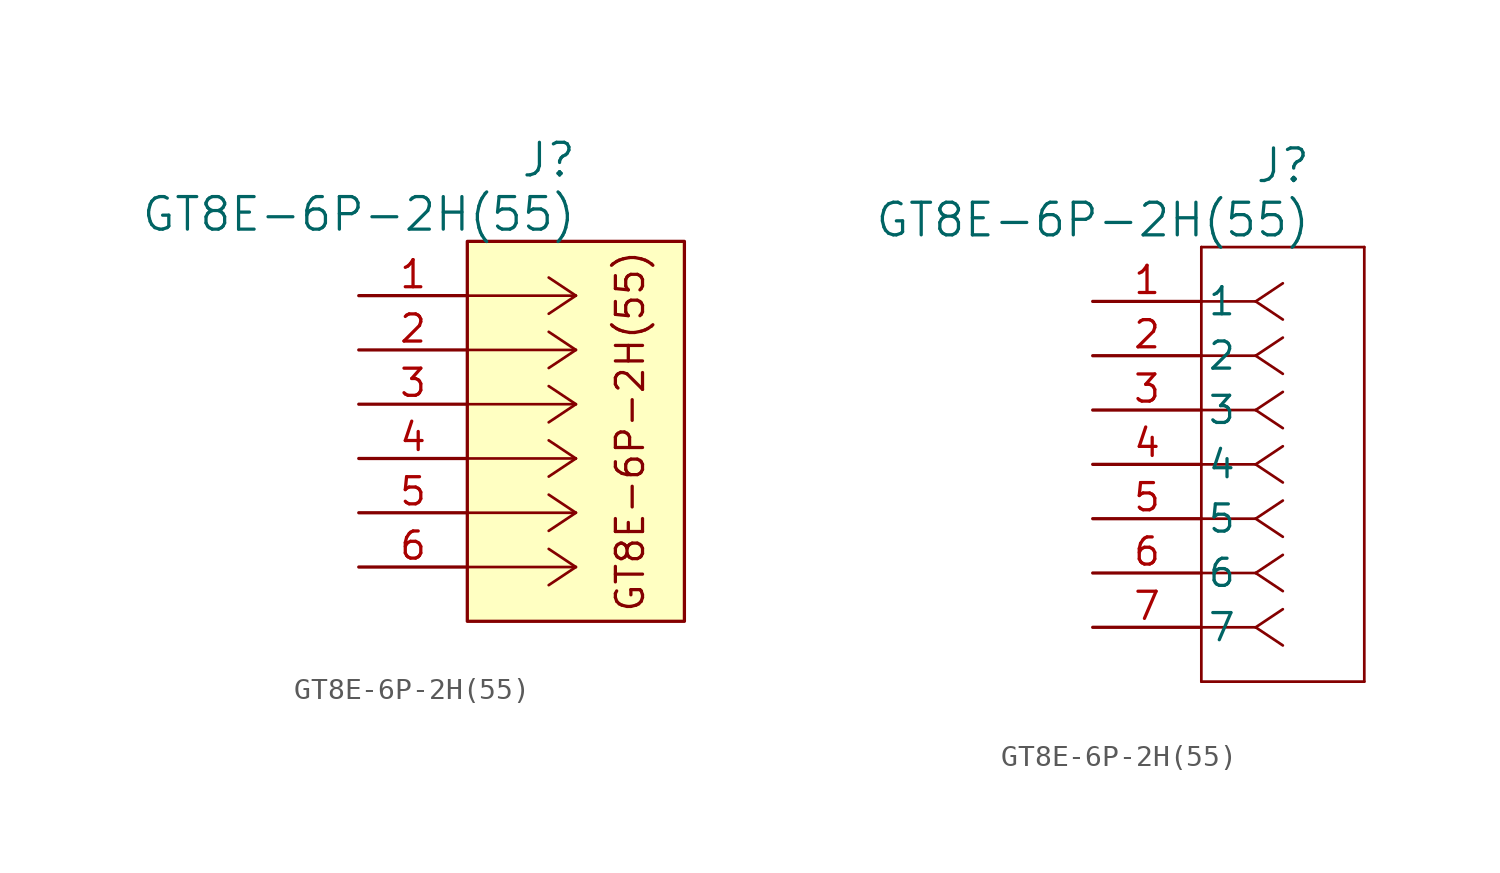
<source format=kicad_sym>
(kicad_symbol_lib
  (version 20220914)
  (generator kicad_symbol_editor)
  (symbol "GT8E-6P-2H(55)"
    (pin_names
      (offset 0.254))
    (property "Reference" "J"
      (at 8.89 6.35 0)
      (effects (font (size 1.524 1.524))))
    (property "Value" "GT8E-6P-2H(55)"
      (at 0 3.81 0)
      (effects (font (size 1.524 1.524))))
    (symbol "GT8E-6P-2H(55)_1_1"
      (polyline (pts (xy 10.16 -12.7) (xy 5.08 -12.7)) (stroke (width 0.127) (type default)) (fill (type none)))
      (polyline (pts (xy 10.16 -12.7) (xy 8.89 -13.547)) (stroke (width 0.127) (type default)) (fill (type none)))
      (polyline (pts (xy 10.16 -12.7) (xy 8.89 -11.853)) (stroke (width 0.127) (type default)) (fill (type none)))
      (polyline (pts (xy 10.16 -10.16) (xy 5.08 -10.16)) (stroke (width 0.127) (type default)) (fill (type none)))
      (polyline (pts (xy 10.16 -10.16) (xy 8.89 -11.007)) (stroke (width 0.127) (type default)) (fill (type none)))
      (polyline (pts (xy 10.16 -10.16) (xy 8.89 -9.313)) (stroke (width 0.127) (type default)) (fill (type none)))
      (polyline (pts (xy 10.16 -7.62) (xy 5.08 -7.62)) (stroke (width 0.127) (type default)) (fill (type none)))
      (polyline (pts (xy 10.16 -7.62) (xy 8.89 -8.467)) (stroke (width 0.127) (type default)) (fill (type none)))
      (polyline (pts (xy 10.16 -7.62) (xy 8.89 -6.773)) (stroke (width 0.127) (type default)) (fill (type none)))
      (polyline (pts (xy 10.16 -5.08) (xy 5.08 -5.08)) (stroke (width 0.127) (type default)) (fill (type none)))
      (polyline (pts (xy 10.16 -5.08) (xy 8.89 -5.927)) (stroke (width 0.127) (type default)) (fill (type none)))
      (polyline (pts (xy 10.16 -5.08) (xy 8.89 -4.233)) (stroke (width 0.127) (type default)) (fill (type none)))
      (polyline (pts (xy 10.16 -2.54) (xy 5.08 -2.54)) (stroke (width 0.127) (type default)) (fill (type none)))
      (polyline (pts (xy 10.16 -2.54) (xy 8.89 -3.387)) (stroke (width 0.127) (type default)) (fill (type none)))
      (polyline (pts (xy 10.16 -2.54) (xy 8.89 -1.693)) (stroke (width 0.127) (type default)) (fill (type none)))
      (polyline (pts (xy 10.16 0) (xy 5.08 0)) (stroke (width 0.127) (type default)) (fill (type none)))
      (polyline (pts (xy 10.16 0) (xy 8.89 -0.847)) (stroke (width 0.127) (type default)) (fill (type none)))
      (polyline (pts (xy 10.16 0) (xy 8.89 0.847)) (stroke (width 0.127) (type default)) (fill (type none)))
      (rectangle (start 5.08 2.54) (end 15.24 -15.24) (stroke (width 0) (type default)) (fill (type background)))
      (text "GT8E-6P-2H(55)" (at 12.7 -6.35 900) (effects (font (size 1.27 1.27))))
      (pin passive line (at 0 0 0) (length 5.08) (name "" (effects (font (size 1.27 1.27)))) (number "1" (effects (font (size 1.27 1.27)))))
      (pin passive line (at 0 -2.54 0) (length 5.08) (name "" (effects (font (size 1.27 1.27)))) (number "2" (effects (font (size 1.27 1.27)))))
      (pin passive line (at 0 -5.08 0) (length 5.08) (name "" (effects (font (size 1.27 1.27)))) (number "3" (effects (font (size 1.27 1.27)))))
      (pin passive line (at 0 -7.62 0) (length 5.08) (name "" (effects (font (size 1.27 1.27)))) (number "4" (effects (font (size 1.27 1.27)))))
      (pin passive line (at 0 -10.16 0) (length 5.08) (name "" (effects (font (size 1.27 1.27)))) (number "5" (effects (font (size 1.27 1.27)))))
      (pin passive line (at 0 -12.7 0) (length 5.08) (name "" (effects (font (size 1.27 1.27)))) (number "6" (effects (font (size 1.27 1.27))))))
    (symbol "GT8E-6P-2H(55)_1_2"
      (polyline (pts (xy 5.08 -17.78) (xy 12.7 -17.78)) (stroke (width 0.127) (type default)) (fill (type none)))
      (polyline (pts (xy 5.08 2.54) (xy 5.08 -17.78)) (stroke (width 0.127) (type default)) (fill (type none)))
      (polyline (pts (xy 7.62 -15.24) (xy 5.08 -15.24)) (stroke (width 0.127) (type default)) (fill (type none)))
      (polyline (pts (xy 7.62 -15.24) (xy 8.89 -16.087)) (stroke (width 0.127) (type default)) (fill (type none)))
      (polyline (pts (xy 7.62 -15.24) (xy 8.89 -14.393)) (stroke (width 0.127) (type default)) (fill (type none)))
      (polyline (pts (xy 7.62 -12.7) (xy 5.08 -12.7)) (stroke (width 0.127) (type default)) (fill (type none)))
      (polyline (pts (xy 7.62 -12.7) (xy 8.89 -13.547)) (stroke (width 0.127) (type default)) (fill (type none)))
      (polyline (pts (xy 7.62 -12.7) (xy 8.89 -11.853)) (stroke (width 0.127) (type default)) (fill (type none)))
      (polyline (pts (xy 7.62 -10.16) (xy 5.08 -10.16)) (stroke (width 0.127) (type default)) (fill (type none)))
      (polyline (pts (xy 7.62 -10.16) (xy 8.89 -11.007)) (stroke (width 0.127) (type default)) (fill (type none)))
      (polyline (pts (xy 7.62 -10.16) (xy 8.89 -9.313)) (stroke (width 0.127) (type default)) (fill (type none)))
      (polyline (pts (xy 7.62 -7.62) (xy 5.08 -7.62)) (stroke (width 0.127) (type default)) (fill (type none)))
      (polyline (pts (xy 7.62 -7.62) (xy 8.89 -8.467)) (stroke (width 0.127) (type default)) (fill (type none)))
      (polyline (pts (xy 7.62 -7.62) (xy 8.89 -6.773)) (stroke (width 0.127) (type default)) (fill (type none)))
      (polyline (pts (xy 7.62 -5.08) (xy 5.08 -5.08)) (stroke (width 0.127) (type default)) (fill (type none)))
      (polyline (pts (xy 7.62 -5.08) (xy 8.89 -5.927)) (stroke (width 0.127) (type default)) (fill (type none)))
      (polyline (pts (xy 7.62 -5.08) (xy 8.89 -4.233)) (stroke (width 0.127) (type default)) (fill (type none)))
      (polyline (pts (xy 7.62 -2.54) (xy 5.08 -2.54)) (stroke (width 0.127) (type default)) (fill (type none)))
      (polyline (pts (xy 7.62 -2.54) (xy 8.89 -3.387)) (stroke (width 0.127) (type default)) (fill (type none)))
      (polyline (pts (xy 7.62 -2.54) (xy 8.89 -1.693)) (stroke (width 0.127) (type default)) (fill (type none)))
      (polyline (pts (xy 7.62 0) (xy 5.08 0)) (stroke (width 0.127) (type default)) (fill (type none)))
      (polyline (pts (xy 7.62 0) (xy 8.89 -0.847)) (stroke (width 0.127) (type default)) (fill (type none)))
      (polyline (pts (xy 7.62 0) (xy 8.89 0.847)) (stroke (width 0.127) (type default)) (fill (type none)))
      (polyline (pts (xy 12.7 -17.78) (xy 12.7 2.54)) (stroke (width 0.127) (type default)) (fill (type none)))
      (polyline (pts (xy 12.7 2.54) (xy 5.08 2.54)) (stroke (width 0.127) (type default)) (fill (type none)))
      (pin unspecified line (at 0 0 0) (length 5.08) (name "1" (effects (font (size 1.27 1.27)))) (number "1" (effects (font (size 1.27 1.27)))))
      (pin unspecified line (at 0 -2.54 0) (length 5.08) (name "2" (effects (font (size 1.27 1.27)))) (number "2" (effects (font (size 1.27 1.27)))))
      (pin unspecified line (at 0 -5.08 0) (length 5.08) (name "3" (effects (font (size 1.27 1.27)))) (number "3" (effects (font (size 1.27 1.27)))))
      (pin unspecified line (at 0 -7.62 0) (length 5.08) (name "4" (effects (font (size 1.27 1.27)))) (number "4" (effects (font (size 1.27 1.27)))))
      (pin unspecified line (at 0 -10.16 0) (length 5.08) (name "5" (effects (font (size 1.27 1.27)))) (number "5" (effects (font (size 1.27 1.27)))))
      (pin unspecified line (at 0 -12.7 0) (length 5.08) (name "6" (effects (font (size 1.27 1.27)))) (number "6" (effects (font (size 1.27 1.27)))))
      (pin unspecified line (at 0 -15.24 0) (length 5.08) (name "7" (effects (font (size 1.27 1.27)))) (number "7" (effects (font (size 1.27 1.27))))))))
</source>
